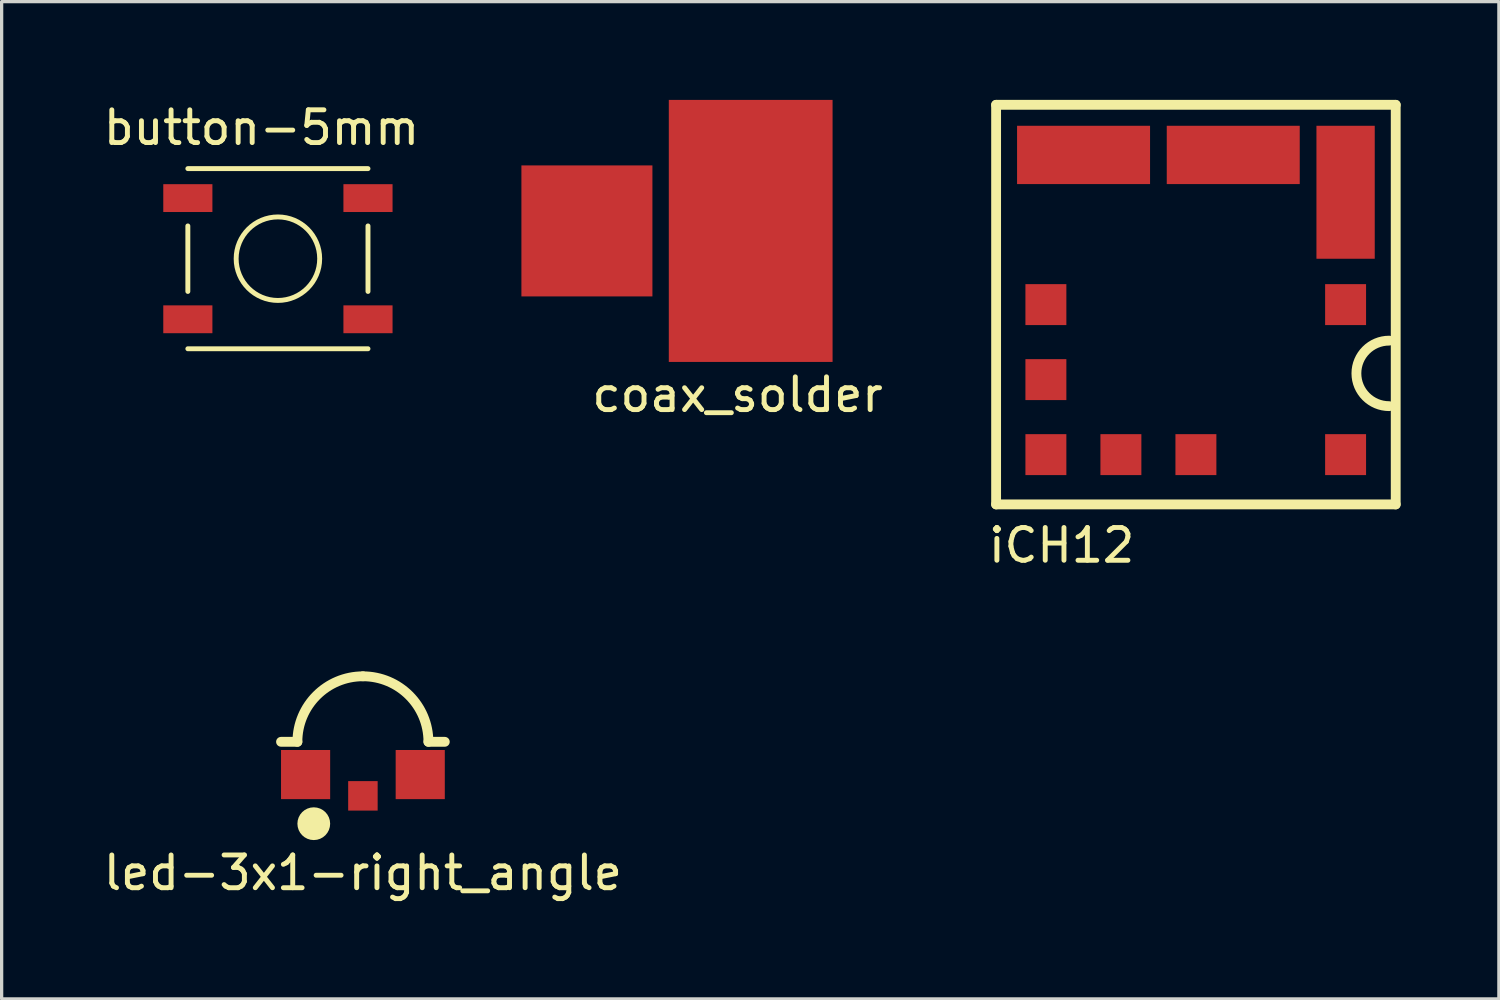
<source format=kicad_pcb>
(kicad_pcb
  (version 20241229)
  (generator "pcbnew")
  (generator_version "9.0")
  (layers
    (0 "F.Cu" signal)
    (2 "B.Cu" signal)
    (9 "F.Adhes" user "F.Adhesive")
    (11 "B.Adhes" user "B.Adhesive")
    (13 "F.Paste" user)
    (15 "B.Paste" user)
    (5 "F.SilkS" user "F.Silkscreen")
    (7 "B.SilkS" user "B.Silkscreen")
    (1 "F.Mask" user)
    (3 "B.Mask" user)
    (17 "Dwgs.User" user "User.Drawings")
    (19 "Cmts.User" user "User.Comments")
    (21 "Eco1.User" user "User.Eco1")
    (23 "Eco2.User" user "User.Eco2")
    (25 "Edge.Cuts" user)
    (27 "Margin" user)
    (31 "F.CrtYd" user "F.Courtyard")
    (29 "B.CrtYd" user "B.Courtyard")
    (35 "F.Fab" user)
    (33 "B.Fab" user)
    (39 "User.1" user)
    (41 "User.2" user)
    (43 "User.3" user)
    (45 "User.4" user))
  (footprint "button-5mm"
    (layer "F.Cu")
    (at 5.435 4.848)
    (property "Reference" "button-5mm" (at -0.5 -4 0) (layer "F.SilkS") (effects (font (size 1 1) (thickness 0.15))))
    (attr through_hole)
    (fp_line (start -2.75 -2.75) (end 2.75 -2.75) (stroke (width 0.15) (type solid)) (layer "F.SilkS"))
    (fp_line (start -2.75 -1) (end -2.75 1) (stroke (width 0.15) (type solid)) (layer "F.SilkS"))
    (fp_line (start 2.75 -1) (end 2.75 1) (stroke (width 0.15) (type solid)) (layer "F.SilkS"))
    (fp_line (start 2.75 2.75) (end -2.75 2.75) (stroke (width 0.15) (type solid)) (layer "F.SilkS"))
    (fp_circle (center 0 0) (end 0.25 1.25) (stroke (width 0.15) (type solid)) (fill no) (layer "F.SilkS"))
    (pad "1" smd rect (at -2.75 -1.85) (size 1.5 0.85) (layers "F.Cu" "F.Mask" "F.Paste"))
    (pad "1" smd rect (at 2.75 -1.85) (size 1.5 0.85) (layers "F.Cu" "F.Mask" "F.Paste"))
    (pad "2" smd rect (at -2.75 1.85) (size 1.5 0.85) (layers "F.Cu" "F.Mask" "F.Paste"))
    (pad "2" smd rect (at 2.75 1.85) (size 1.5 0.85) (layers "F.Cu" "F.Mask" "F.Paste")))
  (footprint "led-3x1-right_angle"
    (layer "F.Cu")
    (at 8.03 20.598)
    (property "Reference" "led-3x1-right_angle" (at 0 3 0) (layer "F.SilkS") (effects (font (size 1 1) (thickness 0.15))))
    (attr through_hole)
    (fp_line (start -2.5 -1) (end -2 -1) (stroke (width 0.3) (type solid)) (layer "F.SilkS"))
    (fp_line (start 2.5 -1) (end 2 -1) (stroke (width 0.3) (type solid)) (layer "F.SilkS"))
    (fp_arc (start -2 -1) (mid -1.414214 -2.414214) (end 0 -3) (stroke (width 0.3) (type solid)) (layer "F.SilkS"))
    (fp_arc (start 0 -3) (mid 1.414214 -2.414214) (end 2 -1) (stroke (width 0.3) (type solid)) (layer "F.SilkS"))
    (fp_circle (center -1.5 1.5) (end -1.5 1.75) (stroke (width 0.5) (type solid)) (fill no) (layer "F.SilkS"))
    (pad "" smd rect (at 0 0.65) (size 0.9 0.9) (layers "F.Cu" "F.Mask" "F.Paste"))
    (pad "1" smd rect (at 1.75 0) (size 1.5 1.5) (layers "F.Cu" "F.Mask" "F.Paste"))
    (pad "2" smd rect (at -1.75 0) (size 1.5 1.5) (layers "F.Cu" "F.Mask" "F.Paste")))
  (footprint "iCH12"
    (layer "F.Cu")
    (at 33.612 7.35)
    (property "Reference" "iCH12" (at -4.25 6.25 0) (layer "F.SilkS") (effects (font (size 1 1) (thickness 0.15))))
    (attr through_hole)
    (fp_line (start -6.25 -7.2) (end -6.25 5) (stroke (width 0.3) (type solid)) (layer "F.SilkS"))
    (fp_line (start -6.25 5) (end 5.95 5) (stroke (width 0.3) (type solid)) (layer "F.SilkS"))
    (fp_line (start 5.95 -7.2) (end -6.25 -7.2) (stroke (width 0.3) (type solid)) (layer "F.SilkS"))
    (fp_line (start 5.95 5) (end 5.95 -7.2) (stroke (width 0.3) (type solid)) (layer "F.SilkS"))
    (fp_arc (start 5.75 2) (mid 4.75 1) (end 5.75 0) (stroke (width 0.3) (type solid)) (layer "F.SilkS"))
    (pad "1" smd rect (at -4.73 -1.1) (size 1.25 1.25) (layers "F.Cu" "F.Mask" "F.Paste"))
    (pad "2" smd rect (at -3.58 -5.67) (size 4.06 1.78) (layers "F.Cu" "F.Mask" "F.Paste"))
    (pad "3" smd rect (at 0.99 -5.67) (size 4.06 1.78) (layers "F.Cu" "F.Mask" "F.Paste"))
    (pad "4" smd rect (at 4.42 -4.53) (size 1.78 4.06) (layers "F.Cu" "F.Mask" "F.Paste"))
    (pad "5" smd rect (at 4.42 -1.1) (size 1.25 1.25) (layers "F.Cu" "F.Mask" "F.Paste"))
    (pad "6" smd rect (at 4.42 3.48) (size 1.25 1.25) (layers "F.Cu" "F.Mask" "F.Paste"))
    (pad "7" smd rect (at -0.15 3.48) (size 1.25 1.25) (layers "F.Cu" "F.Mask" "F.Paste"))
    (pad "8" smd rect (at -2.44 3.48) (size 1.25 1.25) (layers "F.Cu" "F.Mask" "F.Paste"))
    (pad "9" smd rect (at -4.73 3.48) (size 1.25 1.25) (layers "F.Cu" "F.Mask" "F.Paste"))
    (pad "10" smd rect (at -4.73 1.19) (size 1.25 1.25) (layers "F.Cu" "F.Mask" "F.Paste")))
  (footprint "coax_solder"
    (layer "F.Cu")
    (at 19.869 4)
    (property "Reference" "coax_solder" (at -0.4 5 0) (layer "F.SilkS") (effects (font (size 1 1) (thickness 0.15))))
    (attr through_hole)
    (pad "1" smd rect (at -5 0) (size 4 4) (layers "F.Cu" "F.Mask"))
    (pad "2" smd rect (at 0 0) (size 5 8) (layers "F.Cu" "F.Mask")))
  (gr_rect
    (start -3 -3)
    (end 42.712 27.447)
    (stroke (width 0.1) (type default))
    (fill no)
    (layer "Edge.Cuts")))
</source>
